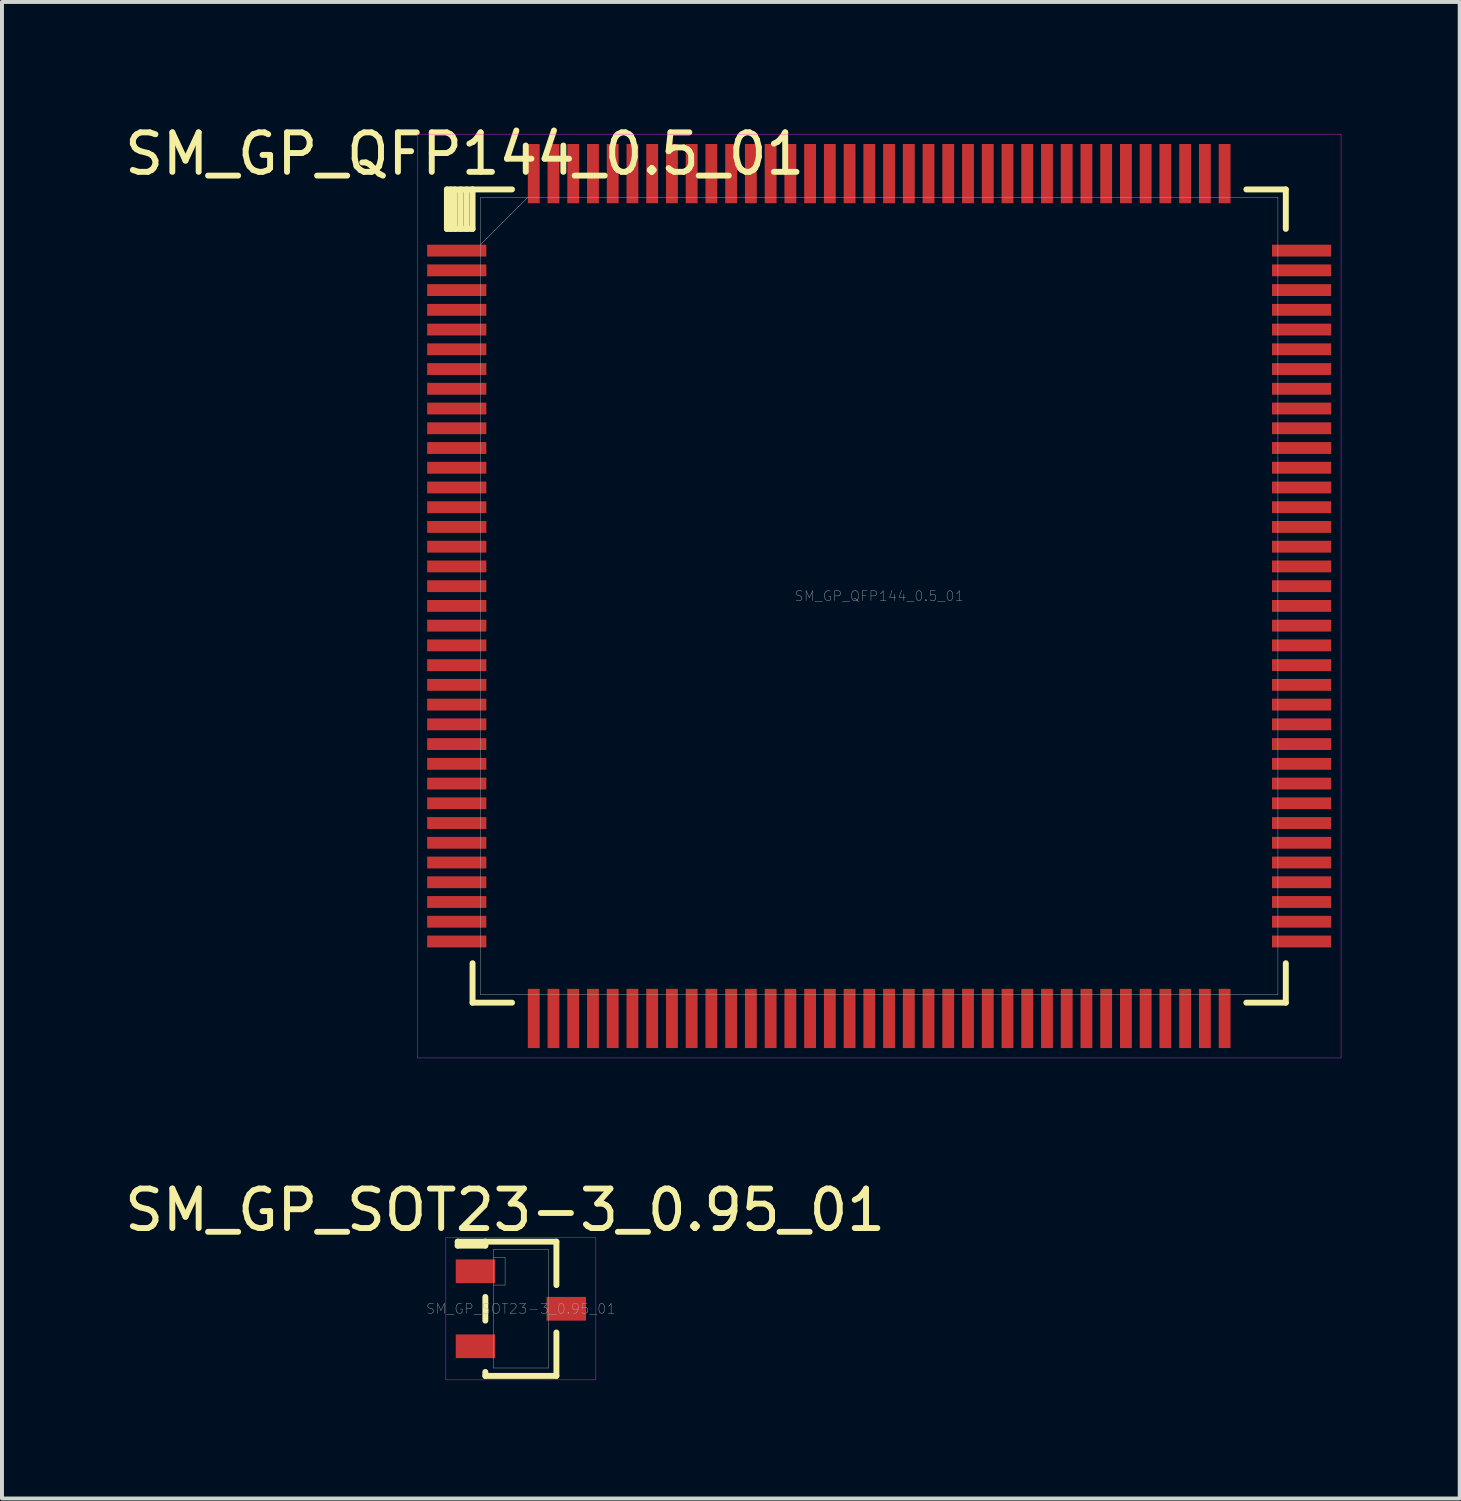
<source format=kicad_pcb>
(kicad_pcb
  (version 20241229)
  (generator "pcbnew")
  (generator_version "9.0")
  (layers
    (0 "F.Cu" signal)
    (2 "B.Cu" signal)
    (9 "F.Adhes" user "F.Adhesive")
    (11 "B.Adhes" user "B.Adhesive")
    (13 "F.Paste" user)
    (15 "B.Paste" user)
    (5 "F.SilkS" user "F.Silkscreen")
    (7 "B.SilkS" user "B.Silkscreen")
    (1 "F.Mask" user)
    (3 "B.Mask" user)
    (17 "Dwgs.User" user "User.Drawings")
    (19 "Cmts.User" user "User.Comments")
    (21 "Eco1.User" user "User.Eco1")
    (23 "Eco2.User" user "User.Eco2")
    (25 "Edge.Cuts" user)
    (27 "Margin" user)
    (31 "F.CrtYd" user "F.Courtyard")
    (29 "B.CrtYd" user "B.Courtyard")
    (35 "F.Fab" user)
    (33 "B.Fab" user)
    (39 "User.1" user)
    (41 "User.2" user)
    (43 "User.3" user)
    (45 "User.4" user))
  (footprint "SM_GP_QFP144_0.5_01"
    (layer "F.Cu")
    (at 19.22 12.048)
    (property "Reference" "SM_GP_QFP144_0.5_01" (at 0 0 0) (layer "F.Fab") (effects (font (size 0.25 0.25) (thickness 0.01))))
    (attr through_hole)
    (fp_line (start -10.95 -10.3) (end -10.95 -9.3) (stroke (width 0.15) (type solid)) (layer "F.SilkS"))
    (fp_line (start -10.95 -9.3) (end -10.3 -9.3) (stroke (width 0.15) (type solid)) (layer "F.SilkS"))
    (fp_line (start -10.85 -10.3) (end -10.85 -9.3) (stroke (width 0.15) (type solid)) (layer "F.SilkS"))
    (fp_line (start -10.75 -10.3) (end -10.75 -9.3) (stroke (width 0.15) (type solid)) (layer "F.SilkS"))
    (fp_line (start -10.6 -10.3) (end -10.6 -9.3) (stroke (width 0.15) (type solid)) (layer "F.SilkS"))
    (fp_line (start -10.45 -10.3) (end -10.45 -9.3) (stroke (width 0.15) (type solid)) (layer "F.SilkS"))
    (fp_line (start -10.3 -10.3) (end -10.95 -10.3) (stroke (width 0.15) (type solid)) (layer "F.SilkS"))
    (fp_line (start -10.3 -10.3) (end -10.3 -9.3) (stroke (width 0.15) (type solid)) (layer "F.SilkS"))
    (fp_line (start -10.3 9.301) (end -10.3 10.3) (stroke (width 0.15) (type solid)) (layer "F.SilkS"))
    (fp_line (start -10.3 10.3) (end -9.3 10.3) (stroke (width 0.15) (type solid)) (layer "F.SilkS"))
    (fp_line (start -9.301 -10.3) (end -10.3 -10.3) (stroke (width 0.15) (type solid)) (layer "F.SilkS"))
    (fp_line (start 9.301 -10.3) (end 10.3 -10.3) (stroke (width 0.15) (type solid)) (layer "F.SilkS"))
    (fp_line (start 10.3 -10.3) (end 10.3 -9.3) (stroke (width 0.15) (type solid)) (layer "F.SilkS"))
    (fp_line (start 10.3 9.301) (end 10.3 10.3) (stroke (width 0.15) (type solid)) (layer "F.SilkS"))
    (fp_line (start 10.3 10.3) (end 9.3 10.3) (stroke (width 0.15) (type solid)) (layer "F.SilkS"))
    (fp_line (start -11.7 -11.7) (end -11.7 11.7) (stroke (width 0.01) (type solid)) (layer "F.CrtYd"))
    (fp_line (start -11.7 11.7) (end 11.7 11.7) (stroke (width 0.01) (type solid)) (layer "F.CrtYd"))
    (fp_line (start 11.7 -11.7) (end -11.7 -11.7) (stroke (width 0.01) (type solid)) (layer "F.CrtYd"))
    (fp_line (start 11.7 11.7) (end 11.7 -11.7) (stroke (width 0.01) (type solid)) (layer "F.CrtYd"))
    (fp_line (start -10.1 -10.1) (end -10.1 10.1) (stroke (width 0.01) (type solid)) (layer "F.Fab"))
    (fp_line (start -10.1 10.1) (end 10.1 10.1) (stroke (width 0.01) (type solid)) (layer "F.Fab"))
    (fp_line (start -8.9 -10.1) (end -10.1 -8.9) (stroke (width 0.01) (type solid)) (layer "F.Fab"))
    (fp_line (start 10.1 -10.1) (end -10.1 -10.1) (stroke (width 0.01) (type solid)) (layer "F.Fab"))
    (fp_line (start 10.1 10.1) (end 10.1 -10.1) (stroke (width 0.01) (type solid)) (layer "F.Fab"))
    (fp_text user "${REFERENCE}" (at -10.5 -11.2 0) (layer "F.SilkS") (effects (font (size 1 1) (thickness 0.15))))
    (pad "1" smd rect (at -10.7 -8.75) (size 1.5 0.3) (layers "F.Cu" "F.Mask" "F.Paste"))
    (pad "2" smd rect (at -10.7 -8.25) (size 1.5 0.3) (layers "F.Cu" "F.Mask" "F.Paste"))
    (pad "3" smd rect (at -10.7 -7.75) (size 1.5 0.3) (layers "F.Cu" "F.Mask" "F.Paste"))
    (pad "4" smd rect (at -10.7 -7.25) (size 1.5 0.3) (layers "F.Cu" "F.Mask" "F.Paste"))
    (pad "5" smd rect (at -10.7 -6.75) (size 1.5 0.3) (layers "F.Cu" "F.Mask" "F.Paste"))
    (pad "6" smd rect (at -10.7 -6.25) (size 1.5 0.3) (layers "F.Cu" "F.Mask" "F.Paste"))
    (pad "7" smd rect (at -10.7 -5.75) (size 1.5 0.3) (layers "F.Cu" "F.Mask" "F.Paste"))
    (pad "8" smd rect (at -10.7 -5.25) (size 1.5 0.3) (layers "F.Cu" "F.Mask" "F.Paste"))
    (pad "9" smd rect (at -10.7 -4.75) (size 1.5 0.3) (layers "F.Cu" "F.Mask" "F.Paste"))
    (pad "10" smd rect (at -10.7 -4.25) (size 1.5 0.3) (layers "F.Cu" "F.Mask" "F.Paste"))
    (pad "11" smd rect (at -10.7 -3.75) (size 1.5 0.3) (layers "F.Cu" "F.Mask" "F.Paste"))
    (pad "12" smd rect (at -10.7 -3.25) (size 1.5 0.3) (layers "F.Cu" "F.Mask" "F.Paste"))
    (pad "13" smd rect (at -10.7 -2.75) (size 1.5 0.3) (layers "F.Cu" "F.Mask" "F.Paste"))
    (pad "14" smd rect (at -10.7 -2.25) (size 1.5 0.3) (layers "F.Cu" "F.Mask" "F.Paste"))
    (pad "15" smd rect (at -10.7 -1.75) (size 1.5 0.3) (layers "F.Cu" "F.Mask" "F.Paste"))
    (pad "16" smd rect (at -10.7 -1.25) (size 1.5 0.3) (layers "F.Cu" "F.Mask" "F.Paste"))
    (pad "17" smd rect (at -10.7 -0.75) (size 1.5 0.3) (layers "F.Cu" "F.Mask" "F.Paste"))
    (pad "18" smd rect (at -10.7 -0.25) (size 1.5 0.3) (layers "F.Cu" "F.Mask" "F.Paste"))
    (pad "19" smd rect (at -10.7 0.25) (size 1.5 0.3) (layers "F.Cu" "F.Mask" "F.Paste"))
    (pad "20" smd rect (at -10.7 0.75) (size 1.5 0.3) (layers "F.Cu" "F.Mask" "F.Paste"))
    (pad "21" smd rect (at -10.7 1.25) (size 1.5 0.3) (layers "F.Cu" "F.Mask" "F.Paste"))
    (pad "22" smd rect (at -10.7 1.75) (size 1.5 0.3) (layers "F.Cu" "F.Mask" "F.Paste"))
    (pad "23" smd rect (at -10.7 2.25) (size 1.5 0.3) (layers "F.Cu" "F.Mask" "F.Paste"))
    (pad "24" smd rect (at -10.7 2.75) (size 1.5 0.3) (layers "F.Cu" "F.Mask" "F.Paste"))
    (pad "25" smd rect (at -10.7 3.25) (size 1.5 0.3) (layers "F.Cu" "F.Mask" "F.Paste"))
    (pad "26" smd rect (at -10.7 3.75) (size 1.5 0.3) (layers "F.Cu" "F.Mask" "F.Paste"))
    (pad "27" smd rect (at -10.7 4.25) (size 1.5 0.3) (layers "F.Cu" "F.Mask" "F.Paste"))
    (pad "28" smd rect (at -10.7 4.75) (size 1.5 0.3) (layers "F.Cu" "F.Mask" "F.Paste"))
    (pad "29" smd rect (at -10.7 5.25) (size 1.5 0.3) (layers "F.Cu" "F.Mask" "F.Paste"))
    (pad "30" smd rect (at -10.7 5.75) (size 1.5 0.3) (layers "F.Cu" "F.Mask" "F.Paste"))
    (pad "31" smd rect (at -10.7 6.25) (size 1.5 0.3) (layers "F.Cu" "F.Mask" "F.Paste"))
    (pad "32" smd rect (at -10.7 6.75) (size 1.5 0.3) (layers "F.Cu" "F.Mask" "F.Paste"))
    (pad "33" smd rect (at -10.7 7.25) (size 1.5 0.3) (layers "F.Cu" "F.Mask" "F.Paste"))
    (pad "34" smd rect (at -10.7 7.75) (size 1.5 0.3) (layers "F.Cu" "F.Mask" "F.Paste"))
    (pad "35" smd rect (at -10.7 8.25) (size 1.5 0.3) (layers "F.Cu" "F.Mask" "F.Paste"))
    (pad "36" smd rect (at -10.7 8.75) (size 1.5 0.3) (layers "F.Cu" "F.Mask" "F.Paste"))
    (pad "37" smd rect (at -8.75 10.7) (size 0.3 1.5) (layers "F.Cu" "F.Mask" "F.Paste"))
    (pad "38" smd rect (at -8.25 10.7) (size 0.3 1.5) (layers "F.Cu" "F.Mask" "F.Paste"))
    (pad "39" smd rect (at -7.75 10.7) (size 0.3 1.5) (layers "F.Cu" "F.Mask" "F.Paste"))
    (pad "40" smd rect (at -7.25 10.7) (size 0.3 1.5) (layers "F.Cu" "F.Mask" "F.Paste"))
    (pad "41" smd rect (at -6.75 10.7) (size 0.3 1.5) (layers "F.Cu" "F.Mask" "F.Paste"))
    (pad "42" smd rect (at -6.25 10.7) (size 0.3 1.5) (layers "F.Cu" "F.Mask" "F.Paste"))
    (pad "43" smd rect (at -5.75 10.7) (size 0.3 1.5) (layers "F.Cu" "F.Mask" "F.Paste"))
    (pad "44" smd rect (at -5.25 10.7) (size 0.3 1.5) (layers "F.Cu" "F.Mask" "F.Paste"))
    (pad "45" smd rect (at -4.75 10.7) (size 0.3 1.5) (layers "F.Cu" "F.Mask" "F.Paste"))
    (pad "46" smd rect (at -4.25 10.7) (size 0.3 1.5) (layers "F.Cu" "F.Mask" "F.Paste"))
    (pad "47" smd rect (at -3.75 10.7) (size 0.3 1.5) (layers "F.Cu" "F.Mask" "F.Paste"))
    (pad "48" smd rect (at -3.25 10.7) (size 0.3 1.5) (layers "F.Cu" "F.Mask" "F.Paste"))
    (pad "49" smd rect (at -2.75 10.7) (size 0.3 1.5) (layers "F.Cu" "F.Mask" "F.Paste"))
    (pad "50" smd rect (at -2.25 10.7) (size 0.3 1.5) (layers "F.Cu" "F.Mask" "F.Paste"))
    (pad "51" smd rect (at -1.75 10.7) (size 0.3 1.5) (layers "F.Cu" "F.Mask" "F.Paste"))
    (pad "52" smd rect (at -1.25 10.7) (size 0.3 1.5) (layers "F.Cu" "F.Mask" "F.Paste"))
    (pad "53" smd rect (at -0.75 10.7) (size 0.3 1.5) (layers "F.Cu" "F.Mask" "F.Paste"))
    (pad "54" smd rect (at -0.25 10.7) (size 0.3 1.5) (layers "F.Cu" "F.Mask" "F.Paste"))
    (pad "55" smd rect (at 0.25 10.7) (size 0.3 1.5) (layers "F.Cu" "F.Mask" "F.Paste"))
    (pad "56" smd rect (at 0.75 10.7) (size 0.3 1.5) (layers "F.Cu" "F.Mask" "F.Paste"))
    (pad "57" smd rect (at 1.25 10.7) (size 0.3 1.5) (layers "F.Cu" "F.Mask" "F.Paste"))
    (pad "58" smd rect (at 1.75 10.7) (size 0.3 1.5) (layers "F.Cu" "F.Mask" "F.Paste"))
    (pad "59" smd rect (at 2.25 10.7) (size 0.3 1.5) (layers "F.Cu" "F.Mask" "F.Paste"))
    (pad "60" smd rect (at 2.75 10.7) (size 0.3 1.5) (layers "F.Cu" "F.Mask" "F.Paste"))
    (pad "61" smd rect (at 3.25 10.7) (size 0.3 1.5) (layers "F.Cu" "F.Mask" "F.Paste"))
    (pad "62" smd rect (at 3.75 10.7) (size 0.3 1.5) (layers "F.Cu" "F.Mask" "F.Paste"))
    (pad "63" smd rect (at 4.25 10.7) (size 0.3 1.5) (layers "F.Cu" "F.Mask" "F.Paste"))
    (pad "64" smd rect (at 4.75 10.7) (size 0.3 1.5) (layers "F.Cu" "F.Mask" "F.Paste"))
    (pad "65" smd rect (at 5.25 10.7) (size 0.3 1.5) (layers "F.Cu" "F.Mask" "F.Paste"))
    (pad "66" smd rect (at 5.75 10.7) (size 0.3 1.5) (layers "F.Cu" "F.Mask" "F.Paste"))
    (pad "67" smd rect (at 6.25 10.7) (size 0.3 1.5) (layers "F.Cu" "F.Mask" "F.Paste"))
    (pad "68" smd rect (at 6.75 10.7) (size 0.3 1.5) (layers "F.Cu" "F.Mask" "F.Paste"))
    (pad "69" smd rect (at 7.25 10.7) (size 0.3 1.5) (layers "F.Cu" "F.Mask" "F.Paste"))
    (pad "70" smd rect (at 7.75 10.7) (size 0.3 1.5) (layers "F.Cu" "F.Mask" "F.Paste"))
    (pad "71" smd rect (at 8.25 10.7) (size 0.3 1.5) (layers "F.Cu" "F.Mask" "F.Paste"))
    (pad "72" smd rect (at 8.75 10.7) (size 0.3 1.5) (layers "F.Cu" "F.Mask" "F.Paste"))
    (pad "73" smd rect (at 10.7 8.75) (size 1.5 0.3) (layers "F.Cu" "F.Mask" "F.Paste"))
    (pad "74" smd rect (at 10.7 8.25) (size 1.5 0.3) (layers "F.Cu" "F.Mask" "F.Paste"))
    (pad "75" smd rect (at 10.7 7.75) (size 1.5 0.3) (layers "F.Cu" "F.Mask" "F.Paste"))
    (pad "76" smd rect (at 10.7 7.25) (size 1.5 0.3) (layers "F.Cu" "F.Mask" "F.Paste"))
    (pad "77" smd rect (at 10.7 6.75) (size 1.5 0.3) (layers "F.Cu" "F.Mask" "F.Paste"))
    (pad "78" smd rect (at 10.7 6.25) (size 1.5 0.3) (layers "F.Cu" "F.Mask" "F.Paste"))
    (pad "79" smd rect (at 10.7 5.75) (size 1.5 0.3) (layers "F.Cu" "F.Mask" "F.Paste"))
    (pad "80" smd rect (at 10.7 5.25) (size 1.5 0.3) (layers "F.Cu" "F.Mask" "F.Paste"))
    (pad "81" smd rect (at 10.7 4.75) (size 1.5 0.3) (layers "F.Cu" "F.Mask" "F.Paste"))
    (pad "82" smd rect (at 10.7 4.25) (size 1.5 0.3) (layers "F.Cu" "F.Mask" "F.Paste"))
    (pad "83" smd rect (at 10.7 3.75) (size 1.5 0.3) (layers "F.Cu" "F.Mask" "F.Paste"))
    (pad "84" smd rect (at 10.7 3.25) (size 1.5 0.3) (layers "F.Cu" "F.Mask" "F.Paste"))
    (pad "85" smd rect (at 10.7 2.75) (size 1.5 0.3) (layers "F.Cu" "F.Mask" "F.Paste"))
    (pad "86" smd rect (at 10.7 2.25) (size 1.5 0.3) (layers "F.Cu" "F.Mask" "F.Paste"))
    (pad "87" smd rect (at 10.7 1.75) (size 1.5 0.3) (layers "F.Cu" "F.Mask" "F.Paste"))
    (pad "88" smd rect (at 10.7 1.25) (size 1.5 0.3) (layers "F.Cu" "F.Mask" "F.Paste"))
    (pad "89" smd rect (at 10.7 0.75) (size 1.5 0.3) (layers "F.Cu" "F.Mask" "F.Paste"))
    (pad "90" smd rect (at 10.7 0.25) (size 1.5 0.3) (layers "F.Cu" "F.Mask" "F.Paste"))
    (pad "91" smd rect (at 10.7 -0.25) (size 1.5 0.3) (layers "F.Cu" "F.Mask" "F.Paste"))
    (pad "92" smd rect (at 10.7 -0.75) (size 1.5 0.3) (layers "F.Cu" "F.Mask" "F.Paste"))
    (pad "93" smd rect (at 10.7 -1.25) (size 1.5 0.3) (layers "F.Cu" "F.Mask" "F.Paste"))
    (pad "94" smd rect (at 10.7 -1.75) (size 1.5 0.3) (layers "F.Cu" "F.Mask" "F.Paste"))
    (pad "95" smd rect (at 10.7 -2.25) (size 1.5 0.3) (layers "F.Cu" "F.Mask" "F.Paste"))
    (pad "96" smd rect (at 10.7 -2.75) (size 1.5 0.3) (layers "F.Cu" "F.Mask" "F.Paste"))
    (pad "97" smd rect (at 10.7 -3.25) (size 1.5 0.3) (layers "F.Cu" "F.Mask" "F.Paste"))
    (pad "98" smd rect (at 10.7 -3.75) (size 1.5 0.3) (layers "F.Cu" "F.Mask" "F.Paste"))
    (pad "99" smd rect (at 10.7 -4.25) (size 1.5 0.3) (layers "F.Cu" "F.Mask" "F.Paste"))
    (pad "100" smd rect (at 10.7 -4.75) (size 1.5 0.3) (layers "F.Cu" "F.Mask" "F.Paste"))
    (pad "101" smd rect (at 10.7 -5.25) (size 1.5 0.3) (layers "F.Cu" "F.Mask" "F.Paste"))
    (pad "102" smd rect (at 10.7 -5.75) (size 1.5 0.3) (layers "F.Cu" "F.Mask" "F.Paste"))
    (pad "103" smd rect (at 10.7 -6.25) (size 1.5 0.3) (layers "F.Cu" "F.Mask" "F.Paste"))
    (pad "104" smd rect (at 10.7 -6.75) (size 1.5 0.3) (layers "F.Cu" "F.Mask" "F.Paste"))
    (pad "105" smd rect (at 10.7 -7.25) (size 1.5 0.3) (layers "F.Cu" "F.Mask" "F.Paste"))
    (pad "106" smd rect (at 10.7 -7.75) (size 1.5 0.3) (layers "F.Cu" "F.Mask" "F.Paste"))
    (pad "107" smd rect (at 10.7 -8.25) (size 1.5 0.3) (layers "F.Cu" "F.Mask" "F.Paste"))
    (pad "108" smd rect (at 10.7 -8.75) (size 1.5 0.3) (layers "F.Cu" "F.Mask" "F.Paste"))
    (pad "109" smd rect (at 8.75 -10.7) (size 0.3 1.5) (layers "F.Cu" "F.Mask" "F.Paste"))
    (pad "110" smd rect (at 8.25 -10.7) (size 0.3 1.5) (layers "F.Cu" "F.Mask" "F.Paste"))
    (pad "111" smd rect (at 7.75 -10.7) (size 0.3 1.5) (layers "F.Cu" "F.Mask" "F.Paste"))
    (pad "112" smd rect (at 7.25 -10.7) (size 0.3 1.5) (layers "F.Cu" "F.Mask" "F.Paste"))
    (pad "113" smd rect (at 6.75 -10.7) (size 0.3 1.5) (layers "F.Cu" "F.Mask" "F.Paste"))
    (pad "114" smd rect (at 6.25 -10.7) (size 0.3 1.5) (layers "F.Cu" "F.Mask" "F.Paste"))
    (pad "115" smd rect (at 5.75 -10.7) (size 0.3 1.5) (layers "F.Cu" "F.Mask" "F.Paste"))
    (pad "116" smd rect (at 5.25 -10.7) (size 0.3 1.5) (layers "F.Cu" "F.Mask" "F.Paste"))
    (pad "117" smd rect (at 4.75 -10.7) (size 0.3 1.5) (layers "F.Cu" "F.Mask" "F.Paste"))
    (pad "118" smd rect (at 4.25 -10.7) (size 0.3 1.5) (layers "F.Cu" "F.Mask" "F.Paste"))
    (pad "119" smd rect (at 3.75 -10.7) (size 0.3 1.5) (layers "F.Cu" "F.Mask" "F.Paste"))
    (pad "120" smd rect (at 3.25 -10.7) (size 0.3 1.5) (layers "F.Cu" "F.Mask" "F.Paste"))
    (pad "121" smd rect (at 2.75 -10.7) (size 0.3 1.5) (layers "F.Cu" "F.Mask" "F.Paste"))
    (pad "122" smd rect (at 2.25 -10.7) (size 0.3 1.5) (layers "F.Cu" "F.Mask" "F.Paste"))
    (pad "123" smd rect (at 1.75 -10.7) (size 0.3 1.5) (layers "F.Cu" "F.Mask" "F.Paste"))
    (pad "124" smd rect (at 1.25 -10.7) (size 0.3 1.5) (layers "F.Cu" "F.Mask" "F.Paste"))
    (pad "125" smd rect (at 0.75 -10.7) (size 0.3 1.5) (layers "F.Cu" "F.Mask" "F.Paste"))
    (pad "126" smd rect (at 0.25 -10.7) (size 0.3 1.5) (layers "F.Cu" "F.Mask" "F.Paste"))
    (pad "127" smd rect (at -0.25 -10.7) (size 0.3 1.5) (layers "F.Cu" "F.Mask" "F.Paste"))
    (pad "128" smd rect (at -0.75 -10.7) (size 0.3 1.5) (layers "F.Cu" "F.Mask" "F.Paste"))
    (pad "129" smd rect (at -1.25 -10.7) (size 0.3 1.5) (layers "F.Cu" "F.Mask" "F.Paste"))
    (pad "130" smd rect (at -1.75 -10.7) (size 0.3 1.5) (layers "F.Cu" "F.Mask" "F.Paste"))
    (pad "131" smd rect (at -2.25 -10.7) (size 0.3 1.5) (layers "F.Cu" "F.Mask" "F.Paste"))
    (pad "132" smd rect (at -2.75 -10.7) (size 0.3 1.5) (layers "F.Cu" "F.Mask" "F.Paste"))
    (pad "133" smd rect (at -3.25 -10.7) (size 0.3 1.5) (layers "F.Cu" "F.Mask" "F.Paste"))
    (pad "134" smd rect (at -3.75 -10.7) (size 0.3 1.5) (layers "F.Cu" "F.Mask" "F.Paste"))
    (pad "135" smd rect (at -4.25 -10.7) (size 0.3 1.5) (layers "F.Cu" "F.Mask" "F.Paste"))
    (pad "136" smd rect (at -4.75 -10.7) (size 0.3 1.5) (layers "F.Cu" "F.Mask" "F.Paste"))
    (pad "137" smd rect (at -5.25 -10.7) (size 0.3 1.5) (layers "F.Cu" "F.Mask" "F.Paste"))
    (pad "138" smd rect (at -5.75 -10.7) (size 0.3 1.5) (layers "F.Cu" "F.Mask" "F.Paste"))
    (pad "139" smd rect (at -6.25 -10.7) (size 0.3 1.5) (layers "F.Cu" "F.Mask" "F.Paste"))
    (pad "140" smd rect (at -6.75 -10.7) (size 0.3 1.5) (layers "F.Cu" "F.Mask" "F.Paste"))
    (pad "141" smd rect (at -7.25 -10.7) (size 0.3 1.5) (layers "F.Cu" "F.Mask" "F.Paste"))
    (pad "142" smd rect (at -7.75 -10.7) (size 0.3 1.5) (layers "F.Cu" "F.Mask" "F.Paste"))
    (pad "143" smd rect (at -8.25 -10.7) (size 0.3 1.5) (layers "F.Cu" "F.Mask" "F.Paste"))
    (pad "144" smd rect (at -8.75 -10.7) (size 0.3 1.5) (layers "F.Cu" "F.Mask" "F.Paste")))
  (footprint "SM_GP_SOT23-3_0.95_01"
    (layer "F.Cu")
    (at 10.144 30.102)
    (property "Reference" "SM_GP_SOT23-3_0.95_01" (at 0 0 0) (layer "F.Fab") (effects (font (size 0.25 0.25) (thickness 0.01))))
    (attr through_hole)
    (fp_line (start -1.6 -1.7) (end -0.9 -1.7) (stroke (width 0.15) (type solid)) (layer "F.SilkS"))
    (fp_line (start -1.6 -1.6) (end -1.6 -1.7) (stroke (width 0.15) (type solid)) (layer "F.SilkS"))
    (fp_line (start -0.9 -1.7) (end -0.9 -1.6) (stroke (width 0.15) (type solid)) (layer "F.SilkS"))
    (fp_line (start -0.9 -1.6) (end -1.6 -1.6) (stroke (width 0.15) (type solid)) (layer "F.SilkS"))
    (fp_line (start -0.9 0.3) (end -0.9 -0.3) (stroke (width 0.15) (type solid)) (layer "F.SilkS"))
    (fp_line (start -0.9 1.7) (end -0.9 1.6) (stroke (width 0.15) (type solid)) (layer "F.SilkS"))
    (fp_line (start -0.9 1.7) (end 0.9 1.7) (stroke (width 0.15) (type solid)) (layer "F.SilkS"))
    (fp_line (start 0.9 -1.7) (end -0.9 -1.7) (stroke (width 0.15) (type solid)) (layer "F.SilkS"))
    (fp_line (start 0.9 -1.7) (end 0.9 -0.6) (stroke (width 0.15) (type solid)) (layer "F.SilkS"))
    (fp_line (start 0.9 1.7) (end 0.9 0.6) (stroke (width 0.15) (type solid)) (layer "F.SilkS"))
    (fp_line (start -1.9 -1.8) (end -1.9 1.8) (stroke (width 0.01) (type solid)) (layer "F.CrtYd"))
    (fp_line (start -1.9 1.8) (end 1.9 1.8) (stroke (width 0.01) (type solid)) (layer "F.CrtYd"))
    (fp_line (start 1.9 -1.8) (end -1.9 -1.8) (stroke (width 0.01) (type solid)) (layer "F.CrtYd"))
    (fp_line (start 1.9 1.8) (end 1.9 -1.8) (stroke (width 0.01) (type solid)) (layer "F.CrtYd"))
    (fp_line (start -0.7 -1.5) (end -0.7 1.5) (stroke (width 0.01) (type solid)) (layer "F.Fab"))
    (fp_line (start -0.7 -1.3) (end -0.4 -1.3) (stroke (width 0.01) (type solid)) (layer "F.Fab"))
    (fp_line (start -0.7 1.5) (end 0.7 1.5) (stroke (width 0.01) (type solid)) (layer "F.Fab"))
    (fp_line (start -0.4 -1.3) (end -0.4 -0.6) (stroke (width 0.01) (type solid)) (layer "F.Fab"))
    (fp_line (start -0.4 -0.6) (end -0.7 -0.6) (stroke (width 0.01) (type solid)) (layer "F.Fab"))
    (fp_line (start 0.7 -1.5) (end -0.7 -1.5) (stroke (width 0.01) (type solid)) (layer "F.Fab"))
    (fp_line (start 0.7 1.5) (end 0.7 -1.5) (stroke (width 0.01) (type solid)) (layer "F.Fab"))
    (fp_text user "${REFERENCE}" (at -0.4 -2.5 0) (layer "F.SilkS") (effects (font (size 1 1) (thickness 0.15))))
    (pad "1" smd rect (at -1.15 -0.95) (size 1 0.6) (layers "F.Cu" "F.Mask" "F.Paste"))
    (pad "2" smd rect (at -1.15 0.95) (size 1 0.6) (layers "F.Cu" "F.Mask" "F.Paste"))
    (pad "3" smd rect (at 1.15 0) (size 1 0.6) (layers "F.Cu" "F.Mask" "F.Paste")))
  (gr_rect
    (start -3 -3)
    (end 33.925 34.907)
    (stroke (width 0.1) (type default))
    (fill no)
    (layer "Edge.Cuts")))
</source>
